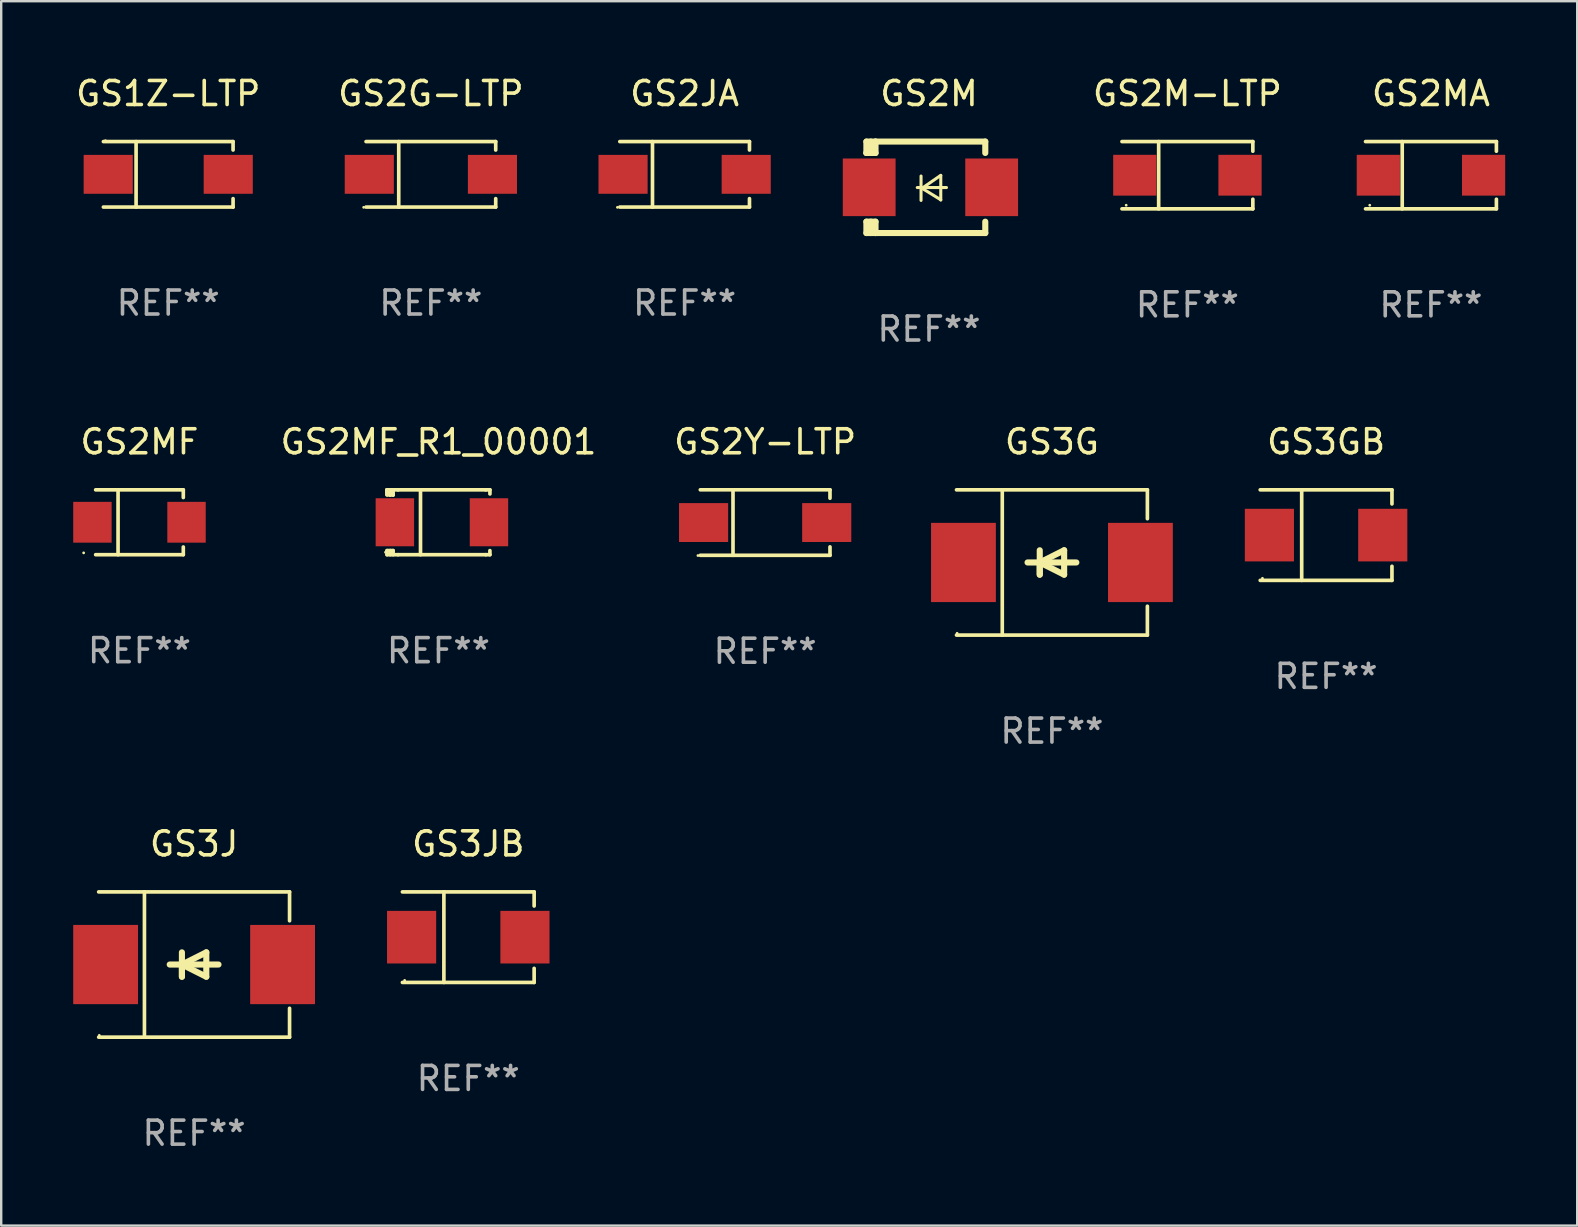
<source format=kicad_pcb>
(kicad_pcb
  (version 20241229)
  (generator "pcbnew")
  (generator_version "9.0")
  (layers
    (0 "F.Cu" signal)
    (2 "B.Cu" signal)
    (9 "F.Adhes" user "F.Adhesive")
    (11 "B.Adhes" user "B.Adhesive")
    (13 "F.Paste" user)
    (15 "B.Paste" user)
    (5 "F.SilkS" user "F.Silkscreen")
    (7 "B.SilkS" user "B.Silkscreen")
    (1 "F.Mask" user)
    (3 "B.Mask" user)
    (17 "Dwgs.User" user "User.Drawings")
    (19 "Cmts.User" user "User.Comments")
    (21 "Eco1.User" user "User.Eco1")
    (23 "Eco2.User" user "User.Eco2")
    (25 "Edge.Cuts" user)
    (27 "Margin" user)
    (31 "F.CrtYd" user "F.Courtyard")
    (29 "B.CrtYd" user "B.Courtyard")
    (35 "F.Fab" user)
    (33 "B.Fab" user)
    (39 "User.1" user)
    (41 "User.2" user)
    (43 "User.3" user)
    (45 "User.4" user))
  (footprint "GS2M"
    (layer "F.Cu")
    (at 35.651 4.753)
    (property "Reference" "GS2M" (at 0 -3.905 0) (layer "F.SilkS") (effects (font (size 1 1) (thickness 0.15))))
    (attr through_hole)
    (fp_line (start -2.609 -1.905) (end -2.609 -1.431) (stroke (width 0.254) (type solid)) (layer "F.SilkS"))
    (fp_line (start -2.609 1.431) (end -2.609 1.905) (stroke (width 0.254) (type solid)) (layer "F.SilkS"))
    (fp_line (start -2.609 1.431) (end -2.229 1.431) (stroke (width 0.254) (type solid)) (layer "F.SilkS"))
    (fp_line (start -2.609 1.905) (end -2.229 1.905) (stroke (width 0.254) (type solid)) (layer "F.SilkS"))
    (fp_line (start -2.609 -1.431) (end -2.609 -1.431) (stroke (width 0.254) (type solid)) (layer "F.SilkS"))
    (fp_line (start -2.427 -1.431) (end -2.427 -1.905) (stroke (width 0.254) (type solid)) (layer "F.SilkS"))
    (fp_line (start -2.427 1.905) (end -2.427 1.431) (stroke (width 0.254) (type solid)) (layer "F.SilkS"))
    (fp_line (start -2.229 -1.905) (end -2.609 -1.905) (stroke (width 0.254) (type solid)) (layer "F.SilkS"))
    (fp_line (start -2.229 -1.905) (end 2.343 -1.905) (stroke (width 0.254) (type solid)) (layer "F.SilkS"))
    (fp_line (start -2.229 -1.431) (end -2.609 -1.431) (stroke (width 0.254) (type solid)) (layer "F.SilkS"))
    (fp_line (start -2.229 -1.431) (end -2.229 -1.905) (stroke (width 0.254) (type solid)) (layer "F.SilkS"))
    (fp_line (start -2.229 1.905) (end -2.229 1.431) (stroke (width 0.254) (type solid)) (layer "F.SilkS"))
    (fp_line (start -0.491 0.01) (end 0.727 0.01) (stroke (width 0.127) (type solid)) (layer "F.SilkS"))
    (fp_line (start -0.333 -0.47) (end -0.333 0.546) (stroke (width 0.127) (type solid)) (layer "F.SilkS"))
    (fp_line (start -0.293 0.04) (end 0.489 0.52) (stroke (width 0.127) (type solid)) (layer "F.SilkS"))
    (fp_line (start 0.489 -0.5) (end -0.293 0.04) (stroke (width 0.127) (type solid)) (layer "F.SilkS"))
    (fp_line (start 0.489 0.53) (end 0.489 -0.486) (stroke (width 0.127) (type solid)) (layer "F.SilkS"))
    (fp_line (start 2.343 -1.905) (end 2.343 -1.431) (stroke (width 0.254) (type solid)) (layer "F.SilkS"))
    (fp_line (start 2.343 1.431) (end 2.343 1.905) (stroke (width 0.254) (type solid)) (layer "F.SilkS"))
    (fp_line (start 2.343 1.905) (end -2.229 1.905) (stroke (width 0.254) (type solid)) (layer "F.SilkS"))
    (fp_circle (center -2.643 1.8) (end -2.613 1.8) (stroke (width 0.06) (type solid)) (fill no) (layer "F.SilkS"))
    (fp_text user "REF**" (at 0 5.905 0) (layer "F.Fab") (effects (font (size 1 1) (thickness 0.15))))
    (pad "1" smd rect (at -2.493 0) (size 2.2 2.4) (layers "F.Cu" "F.Mask" "F.Paste"))
    (pad "2" smd rect (at 2.609 0) (size 2.2 2.4) (layers "F.Cu" "F.Mask" "F.Paste")))
  (footprint "GS2M-LTP"
    (layer "F.Cu")
    (at 46.414 4.249)
    (property "Reference" "GS2M-LTP" (at 0 -3.401 0) (layer "F.SilkS") (effects (font (size 1 1) (thickness 0.15))))
    (attr through_hole)
    (fp_line (start -2.726 -1.401) (end 2.726 -1.401) (stroke (width 0.152) (type solid)) (layer "F.SilkS"))
    (fp_line (start -2.726 1.401) (end 2.726 1.401) (stroke (width 0.152) (type solid)) (layer "F.SilkS"))
    (fp_line (start -1.197 -1.401) (end -1.197 1.401) (stroke (width 0.152) (type solid)) (layer "F.SilkS"))
    (fp_line (start 2.726 -1.401) (end 2.726 -1) (stroke (width 0.152) (type solid)) (layer "F.SilkS"))
    (fp_line (start 2.726 1.401) (end 2.726 1) (stroke (width 0.152) (type solid)) (layer "F.SilkS"))
    (fp_circle (center -2.55 1.25) (end -2.52 1.25) (stroke (width 0.06) (type solid)) (fill no) (layer "F.SilkS"))
    (fp_text user "REF**" (at 0 5.401 0) (layer "F.Fab") (effects (font (size 1 1) (thickness 0.15))))
    (pad "1" smd rect (at -2.192 0) (size 1.8 1.7) (layers "F.Cu" "F.Mask" "F.Paste"))
    (pad "2" smd rect (at 2.192 0) (size 1.8 1.7) (layers "F.Cu" "F.Mask" "F.Paste")))
  (footprint "GS2G-LTP"
    (layer "F.Cu")
    (at 14.899 4.212)
    (property "Reference" "GS2G-LTP" (at 0 -3.364 0) (layer "F.SilkS") (effects (font (size 1 1) (thickness 0.15))))
    (attr through_hole)
    (fp_line (start -2.701 -1.364) (end 2.701 -1.364) (stroke (width 0.152) (type solid)) (layer "F.SilkS"))
    (fp_line (start -2.701 1.364) (end 2.701 1.364) (stroke (width 0.152) (type solid)) (layer "F.SilkS"))
    (fp_line (start -1.339 -1.364) (end -1.339 1.364) (stroke (width 0.152) (type solid)) (layer "F.SilkS"))
    (fp_line (start 2.701 -1.364) (end 2.701 -1.013) (stroke (width 0.152) (type solid)) (layer "F.SilkS"))
    (fp_line (start 2.701 1.364) (end 2.701 1.013) (stroke (width 0.152) (type solid)) (layer "F.SilkS"))
    (fp_circle (center -2.8 1.375) (end -2.77 1.375) (stroke (width 0.06) (type solid)) (fill no) (layer "F.SilkS"))
    (fp_text user "REF**" (at 0 5.364 0) (layer "F.Fab") (effects (font (size 1 1) (thickness 0.15))))
    (pad "1" smd rect (at -2.565 -0.000025) (size 2.046 1.62) (layers "F.Cu" "F.Mask" "F.Paste"))
    (pad "2" smd rect (at 2.565 -0.000025) (size 2.046 1.62) (layers "F.Cu" "F.Mask" "F.Paste")))
  (footprint "GS1Z-LTP"
    (layer "F.Cu")
    (at 3.958 4.212)
    (property "Reference" "GS1Z-LTP" (at 0 -3.364 0) (layer "F.SilkS") (effects (font (size 1 1) (thickness 0.15))))
    (attr through_hole)
    (fp_line (start -2.701 -1.364) (end 2.701 -1.364) (stroke (width 0.152) (type solid)) (layer "F.SilkS"))
    (fp_line (start -2.701 1.364) (end 2.701 1.364) (stroke (width 0.152) (type solid)) (layer "F.SilkS"))
    (fp_line (start -1.339 -1.364) (end -1.339 1.364) (stroke (width 0.152) (type solid)) (layer "F.SilkS"))
    (fp_line (start 2.701 -1.364) (end 2.701 -1.013) (stroke (width 0.152) (type solid)) (layer "F.SilkS"))
    (fp_line (start 2.701 1.364) (end 2.701 1.013) (stroke (width 0.152) (type solid)) (layer "F.SilkS"))
    (fp_circle (center -2.615 -1.4) (end -2.585 -1.4) (stroke (width 0.06) (type solid)) (fill no) (layer "F.SilkS"))
    (fp_text user "REF**" (at 0 5.364 0) (layer "F.Fab") (effects (font (size 1 1) (thickness 0.15))))
    (pad "1" smd rect (at -2.5 0) (size 2.046 1.62) (layers "F.Cu" "F.Mask" "F.Paste"))
    (pad "2" smd rect (at 2.5 0) (size 2.046 1.62) (layers "F.Cu" "F.Mask" "F.Paste")))
  (footprint "GS2MF_R1_00001"
    (layer "F.Cu")
    (at 15.216 18.706)
    (property "Reference" "GS2MF_R1_00001" (at 0 -3.351 0) (layer "F.SilkS") (effects (font (size 1 1) (thickness 0.15))))
    (attr through_hole)
    (fp_line (start -2.143 -1.351) (end -2.143 -1.27) (stroke (width 0.152) (type solid)) (layer "F.SilkS"))
    (fp_line (start -2.143 -1.351) (end -2.143 -1.143) (stroke (width 0.152) (type solid)) (layer "F.SilkS"))
    (fp_line (start -2.143 -1.27) (end -2.016 -1.27) (stroke (width 0.152) (type solid)) (layer "F.SilkS"))
    (fp_line (start -2.143 -1.18) (end -2.143 -1.351) (stroke (width 0.152) (type solid)) (layer "F.SilkS"))
    (fp_line (start -2.143 -1.143) (end -2.016 -1.143) (stroke (width 0.152) (type solid)) (layer "F.SilkS"))
    (fp_line (start -2.143 1.351) (end -2.143 1.18) (stroke (width 0.152) (type solid)) (layer "F.SilkS"))
    (fp_line (start -2.016 -1.27) (end -2.016 -1.18) (stroke (width 0.152) (type solid)) (layer "F.SilkS"))
    (fp_line (start -2.016 -1.18) (end -1.897 -1.18) (stroke (width 0.152) (type solid)) (layer "F.SilkS"))
    (fp_line (start -2.016 -1.143) (end -2.016 -1.18) (stroke (width 0.152) (type solid)) (layer "F.SilkS"))
    (fp_line (start -2.016 -1.143) (end -2.007 -1.143) (stroke (width 0.152) (type solid)) (layer "F.SilkS"))
    (fp_line (start -2.007 -1.143) (end -2.007 -1.143) (stroke (width 0.152) (type solid)) (layer "F.SilkS"))
    (fp_line (start -2.007 1.18) (end -2.007 1.351) (stroke (width 0.152) (type solid)) (layer "F.SilkS"))
    (fp_line (start -1.89 -1.143) (end -1.89 -1.143) (stroke (width 0.152) (type solid)) (layer "F.SilkS"))
    (fp_line (start -1.89 1.18) (end -2.143 1.18) (stroke (width 0.152) (type solid)) (layer "F.SilkS"))
    (fp_line (start -1.89 1.18) (end -1.89 1.351) (stroke (width 0.152) (type solid)) (layer "F.SilkS"))
    (fp_line (start -1.889 -1.143) (end -2.016 -1.143) (stroke (width 0.152) (type solid)) (layer "F.SilkS"))
    (fp_line (start -1.889 -1.143) (end -1.89 -1.143) (stroke (width 0.152) (type solid)) (layer "F.SilkS"))
    (fp_line (start -1.889 -1.143) (end -1.889 -1.314) (stroke (width 0.152) (type solid)) (layer "F.SilkS"))
    (fp_line (start -1.683 -1.351) (end -2.143 -1.351) (stroke (width 0.152) (type solid)) (layer "F.SilkS"))
    (fp_line (start -1.683 -1.351) (end 1.969 -1.351) (stroke (width 0.152) (type solid)) (layer "F.SilkS"))
    (fp_line (start -1.683 1.351) (end -2.143 1.351) (stroke (width 0.152) (type solid)) (layer "F.SilkS"))
    (fp_line (start -1.683 1.351) (end 1.969 1.351) (stroke (width 0.152) (type solid)) (layer "F.SilkS"))
    (fp_line (start -0.749 -1.351) (end -0.749 1.351) (stroke (width 0.152) (type solid)) (layer "F.SilkS"))
    (fp_line (start 1.969 -1.351) (end 2.143 -1.351) (stroke (width 0.152) (type solid)) (layer "F.SilkS"))
    (fp_line (start 2.142 1.181) (end 2.142 1.351) (stroke (width 0.152) (type solid)) (layer "F.SilkS"))
    (fp_line (start 2.142 1.351) (end 1.969 1.351) (stroke (width 0.152) (type solid)) (layer "F.SilkS"))
    (fp_line (start 2.143 -1.351) (end 2.143 -1.18) (stroke (width 0.152) (type solid)) (layer "F.SilkS"))
    (fp_circle (center -2.207 1.25) (end -2.177 1.25) (stroke (width 0.06) (type solid)) (fill no) (layer "F.SilkS"))
    (fp_text user "REF**" (at 0 5.351 0) (layer "F.Fab") (effects (font (size 1 1) (thickness 0.15))))
    (pad "1" smd rect (at -1.817 0.000102) (size 1.6 2) (layers "F.Cu" "F.Mask" "F.Paste"))
    (pad "2" smd rect (at 2.103 0.000102) (size 1.6 2) (layers "F.Cu" "F.Mask" "F.Paste")))
  (footprint "GS2JA"
    (layer "F.Cu")
    (at 25.47 4.212)
    (property "Reference" "GS2JA" (at 0 -3.364 0) (layer "F.SilkS") (effects (font (size 1 1) (thickness 0.15))))
    (attr through_hole)
    (fp_line (start -2.701 -1.364) (end 2.701 -1.364) (stroke (width 0.152) (type solid)) (layer "F.SilkS"))
    (fp_line (start -2.701 1.364) (end 2.701 1.364) (stroke (width 0.152) (type solid)) (layer "F.SilkS"))
    (fp_line (start -1.339 -1.364) (end -1.339 1.364) (stroke (width 0.152) (type solid)) (layer "F.SilkS"))
    (fp_line (start 2.701 -1.364) (end 2.701 -1.013) (stroke (width 0.152) (type solid)) (layer "F.SilkS"))
    (fp_line (start 2.701 1.364) (end 2.701 1.013) (stroke (width 0.152) (type solid)) (layer "F.SilkS"))
    (fp_circle (center -2.8 1.375) (end -2.77 1.375) (stroke (width 0.06) (type solid)) (fill no) (layer "F.SilkS"))
    (fp_text user "REF**" (at 0 5.364 0) (layer "F.Fab") (effects (font (size 1 1) (thickness 0.15))))
    (pad "1" smd rect (at -2.565 -0.000025) (size 2.046 1.62) (layers "F.Cu" "F.Mask" "F.Paste"))
    (pad "2" smd rect (at 2.565 -0.000025) (size 2.046 1.62) (layers "F.Cu" "F.Mask" "F.Paste")))
  (footprint "GS3J"
    (layer "F.Cu")
    (at 5.036 37.13)
    (property "Reference" "GS3J" (at 0 -5.026 0) (layer "F.SilkS") (effects (font (size 1 1) (thickness 0.15))))
    (attr through_hole)
    (fp_line (start -3.976 -3.026) (end 3.976 -3.026) (stroke (width 0.152) (type solid)) (layer "F.SilkS"))
    (fp_line (start -3.976 3.026) (end 3.976 3.026) (stroke (width 0.152) (type solid)) (layer "F.SilkS"))
    (fp_line (start -2.069 -3.026) (end -2.069 3.026) (stroke (width 0.152) (type solid)) (layer "F.SilkS"))
    (fp_line (start -0.508 0) (end -0.508 0.508) (stroke (width 0.254) (type solid)) (layer "F.SilkS"))
    (fp_line (start -0.508 0) (end 0.508 0.508) (stroke (width 0.254) (type solid)) (layer "F.SilkS"))
    (fp_line (start -0.508 0.508) (end -0.508 -0.508) (stroke (width 0.254) (type solid)) (layer "F.SilkS"))
    (fp_line (start 0.508 -0.508) (end -0.508 0) (stroke (width 0.254) (type solid)) (layer "F.SilkS"))
    (fp_line (start 0.508 0.508) (end 0.508 -0.508) (stroke (width 0.254) (type solid)) (layer "F.SilkS"))
    (fp_line (start 1.016 0) (end -1.016 0) (stroke (width 0.254) (type solid)) (layer "F.SilkS"))
    (fp_line (start 3.976 -3.026) (end 3.976 -1.823) (stroke (width 0.152) (type solid)) (layer "F.SilkS"))
    (fp_line (start 3.976 3.026) (end 3.976 1.823) (stroke (width 0.152) (type solid)) (layer "F.SilkS"))
    (fp_circle (center -3.95 2.95) (end -3.92 2.95) (stroke (width 0.06) (type solid)) (fill no) (layer "F.SilkS"))
    (fp_text user "REF**" (at 0 7.026 0) (layer "F.Fab") (effects (font (size 1 1) (thickness 0.15))))
    (pad "1" smd rect (at -3.686 0) (size 2.7 3.3) (layers "F.Cu" "F.Mask" "F.Paste"))
    (pad "2" smd rect (at 3.686 0) (size 2.7 3.3) (layers "F.Cu" "F.Mask" "F.Paste")))
  (footprint "GS2MF"
    (layer "F.Cu")
    (at 2.76 18.706)
    (property "Reference" "GS2MF" (at 0 -3.351 0) (layer "F.SilkS") (effects (font (size 1 1) (thickness 0.15))))
    (attr through_hole)
    (fp_line (start -1.826 -1.351) (end 1.826 -1.351) (stroke (width 0.152) (type solid)) (layer "F.SilkS"))
    (fp_line (start -1.826 1.351) (end 1.826 1.351) (stroke (width 0.152) (type solid)) (layer "F.SilkS"))
    (fp_line (start -0.892 -1.351) (end -0.892 1.351) (stroke (width 0.152) (type solid)) (layer "F.SilkS"))
    (fp_line (start 1.826 -1.351) (end 1.826 -1.03) (stroke (width 0.152) (type solid)) (layer "F.SilkS"))
    (fp_line (start 1.826 1.03) (end 1.826 1.351) (stroke (width 0.152) (type solid)) (layer "F.SilkS"))
    (fp_circle (center -2.325 1.275) (end -2.295 1.275) (stroke (width 0.06) (type solid)) (fill no) (layer "F.SilkS"))
    (fp_text user "REF**" (at 0 5.351 0) (layer "F.Fab") (effects (font (size 1 1) (thickness 0.15))))
    (pad "1" smd rect (at -1.96 0 180) (size 1.6 1.7) (layers "F.Cu" "F.Mask" "F.Paste"))
    (pad "2" smd rect (at 1.96 0 180) (size 1.6 1.7) (layers "F.Cu" "F.Mask" "F.Paste")))
  (footprint "GS2MA"
    (layer "F.Cu")
    (at 56.56 4.249)
    (property "Reference" "GS2MA" (at 0 -3.401 0) (layer "F.SilkS") (effects (font (size 1 1) (thickness 0.15))))
    (attr through_hole)
    (fp_line (start -2.726 -1.401) (end 2.726 -1.401) (stroke (width 0.152) (type solid)) (layer "F.SilkS"))
    (fp_line (start -2.726 1.401) (end 2.726 1.401) (stroke (width 0.152) (type solid)) (layer "F.SilkS"))
    (fp_line (start -1.197 -1.401) (end -1.197 1.401) (stroke (width 0.152) (type solid)) (layer "F.SilkS"))
    (fp_line (start 2.726 -1.401) (end 2.726 -1) (stroke (width 0.152) (type solid)) (layer "F.SilkS"))
    (fp_line (start 2.726 1.401) (end 2.726 1) (stroke (width 0.152) (type solid)) (layer "F.SilkS"))
    (fp_circle (center -2.55 1.25) (end -2.52 1.25) (stroke (width 0.06) (type solid)) (fill no) (layer "F.SilkS"))
    (fp_text user "REF**" (at 0 5.401 0) (layer "F.Fab") (effects (font (size 1 1) (thickness 0.15))))
    (pad "1" smd rect (at -2.192 0) (size 1.8 1.7) (layers "F.Cu" "F.Mask" "F.Paste"))
    (pad "2" smd rect (at 2.192 0) (size 1.8 1.7) (layers "F.Cu" "F.Mask" "F.Paste")))
  (footprint "GS3JB"
    (layer "F.Cu")
    (at 16.457 35.99)
    (property "Reference" "GS3JB" (at 0 -3.886 0) (layer "F.SilkS") (effects (font (size 1 1) (thickness 0.15))))
    (attr through_hole)
    (fp_line (start -2.744 -1.886) (end 2.744 -1.886) (stroke (width 0.152) (type solid)) (layer "F.SilkS"))
    (fp_line (start -2.744 1.886) (end 2.744 1.886) (stroke (width 0.152) (type solid)) (layer "F.SilkS"))
    (fp_line (start -1.016 -1.886) (end -1.016 1.886) (stroke (width 0.152) (type solid)) (layer "F.SilkS"))
    (fp_line (start 2.744 -1.886) (end 2.744 -1.299) (stroke (width 0.152) (type solid)) (layer "F.SilkS"))
    (fp_line (start 2.744 1.886) (end 2.744 1.299) (stroke (width 0.152) (type solid)) (layer "F.SilkS"))
    (fp_circle (center -2.65 1.8) (end -2.62 1.8) (stroke (width 0.06) (type solid)) (fill no) (layer "F.SilkS"))
    (fp_text user "REF**" (at 0 5.886 0) (layer "F.Fab") (effects (font (size 1 1) (thickness 0.15))))
    (pad "1" smd rect (at -2.361 0) (size 2.047 2.192) (layers "F.Cu" "F.Mask" "F.Paste"))
    (pad "2" smd rect (at 2.361 0) (size 2.047 2.192) (layers "F.Cu" "F.Mask" "F.Paste")))
  (footprint "GS3GB"
    (layer "F.Cu")
    (at 52.191 19.241)
    (property "Reference" "GS3GB" (at 0 -3.886 0) (layer "F.SilkS") (effects (font (size 1 1) (thickness 0.15))))
    (attr through_hole)
    (fp_line (start -2.744 -1.886) (end 2.744 -1.886) (stroke (width 0.152) (type solid)) (layer "F.SilkS"))
    (fp_line (start -2.744 1.886) (end 2.744 1.886) (stroke (width 0.152) (type solid)) (layer "F.SilkS"))
    (fp_line (start -1.016 -1.886) (end -1.016 1.886) (stroke (width 0.152) (type solid)) (layer "F.SilkS"))
    (fp_line (start 2.744 -1.886) (end 2.744 -1.299) (stroke (width 0.152) (type solid)) (layer "F.SilkS"))
    (fp_line (start 2.744 1.886) (end 2.744 1.299) (stroke (width 0.152) (type solid)) (layer "F.SilkS"))
    (fp_circle (center -2.65 1.8) (end -2.62 1.8) (stroke (width 0.06) (type solid)) (fill no) (layer "F.SilkS"))
    (fp_text user "REF**" (at 0 5.886 0) (layer "F.Fab") (effects (font (size 1 1) (thickness 0.15))))
    (pad "1" smd rect (at -2.361 0) (size 2.047 2.192) (layers "F.Cu" "F.Mask" "F.Paste"))
    (pad "2" smd rect (at 2.361 0) (size 2.047 2.192) (layers "F.Cu" "F.Mask" "F.Paste")))
  (footprint "GS2Y-LTP"
    (layer "F.Cu")
    (at 28.824 18.718)
    (property "Reference" "GS2Y-LTP" (at 0 -3.364 0) (layer "F.SilkS") (effects (font (size 1 1) (thickness 0.15))))
    (attr through_hole)
    (fp_line (start -2.701 -1.364) (end 2.701 -1.364) (stroke (width 0.152) (type solid)) (layer "F.SilkS"))
    (fp_line (start -2.701 1.364) (end 2.701 1.364) (stroke (width 0.152) (type solid)) (layer "F.SilkS"))
    (fp_line (start -1.339 -1.364) (end -1.339 1.364) (stroke (width 0.152) (type solid)) (layer "F.SilkS"))
    (fp_line (start 2.701 -1.364) (end 2.701 -1.013) (stroke (width 0.152) (type solid)) (layer "F.SilkS"))
    (fp_line (start 2.701 1.364) (end 2.701 1.013) (stroke (width 0.152) (type solid)) (layer "F.SilkS"))
    (fp_circle (center -2.8 1.375) (end -2.77 1.375) (stroke (width 0.06) (type solid)) (fill no) (layer "F.SilkS"))
    (fp_text user "REF**" (at 0 5.364 0) (layer "F.Fab") (effects (font (size 1 1) (thickness 0.15))))
    (pad "1" smd rect (at -2.565 -0.000025) (size 2.046 1.62) (layers "F.Cu" "F.Mask" "F.Paste"))
    (pad "2" smd rect (at 2.565 -0.000025) (size 2.046 1.62) (layers "F.Cu" "F.Mask" "F.Paste")))
  (footprint "GS3G"
    (layer "F.Cu")
    (at 40.771 20.381)
    (property "Reference" "GS3G" (at 0 -5.026 0) (layer "F.SilkS") (effects (font (size 1 1) (thickness 0.15))))
    (attr through_hole)
    (fp_line (start -3.976 -3.026) (end 3.976 -3.026) (stroke (width 0.152) (type solid)) (layer "F.SilkS"))
    (fp_line (start -3.976 3.026) (end 3.976 3.026) (stroke (width 0.152) (type solid)) (layer "F.SilkS"))
    (fp_line (start -2.069 -3.026) (end -2.069 3.026) (stroke (width 0.152) (type solid)) (layer "F.SilkS"))
    (fp_line (start -0.508 0) (end -0.508 0.508) (stroke (width 0.254) (type solid)) (layer "F.SilkS"))
    (fp_line (start -0.508 0) (end 0.508 0.508) (stroke (width 0.254) (type solid)) (layer "F.SilkS"))
    (fp_line (start -0.508 0.508) (end -0.508 -0.508) (stroke (width 0.254) (type solid)) (layer "F.SilkS"))
    (fp_line (start 0.508 -0.508) (end -0.508 0) (stroke (width 0.254) (type solid)) (layer "F.SilkS"))
    (fp_line (start 0.508 0.508) (end 0.508 -0.508) (stroke (width 0.254) (type solid)) (layer "F.SilkS"))
    (fp_line (start 1.016 0) (end -1.016 0) (stroke (width 0.254) (type solid)) (layer "F.SilkS"))
    (fp_line (start 3.976 -3.026) (end 3.976 -1.823) (stroke (width 0.152) (type solid)) (layer "F.SilkS"))
    (fp_line (start 3.976 3.026) (end 3.976 1.823) (stroke (width 0.152) (type solid)) (layer "F.SilkS"))
    (fp_circle (center -3.95 2.95) (end -3.92 2.95) (stroke (width 0.06) (type solid)) (fill no) (layer "F.SilkS"))
    (fp_text user "REF**" (at 0 7.026 0) (layer "F.Fab") (effects (font (size 1 1) (thickness 0.15))))
    (pad "1" smd rect (at -3.686 0) (size 2.7 3.3) (layers "F.Cu" "F.Mask" "F.Paste"))
    (pad "2" smd rect (at 3.686 0) (size 2.7 3.3) (layers "F.Cu" "F.Mask" "F.Paste")))
  (gr_rect
    (start -3 -3)
    (end 62.652 48.004)
    (stroke (width 0.1) (type default))
    (fill no)
    (layer "Edge.Cuts")))
</source>
